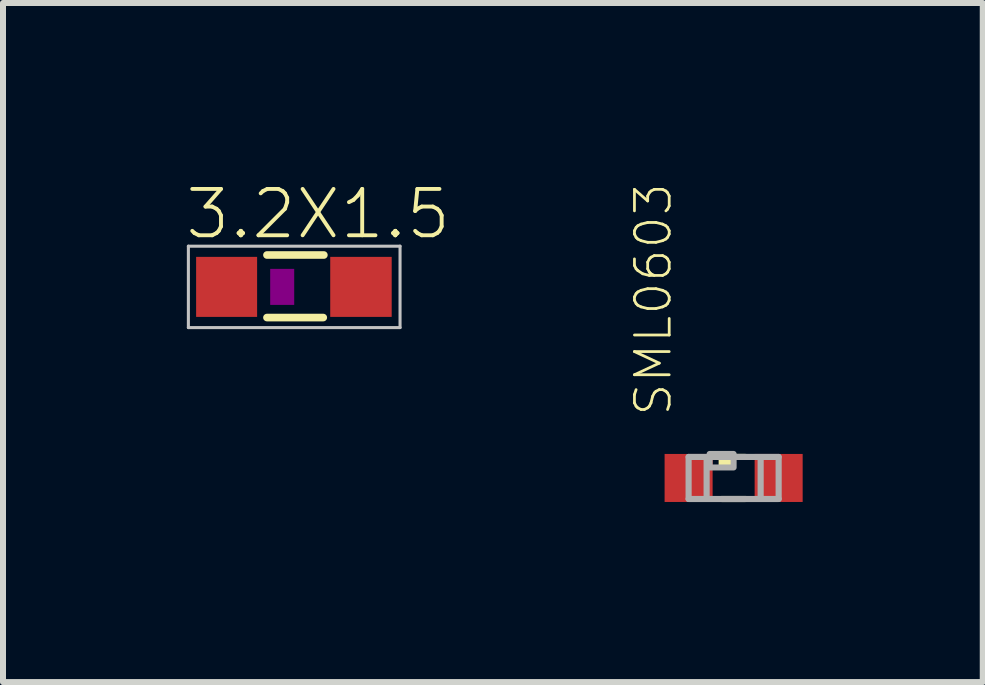
<source format=kicad_pcb>
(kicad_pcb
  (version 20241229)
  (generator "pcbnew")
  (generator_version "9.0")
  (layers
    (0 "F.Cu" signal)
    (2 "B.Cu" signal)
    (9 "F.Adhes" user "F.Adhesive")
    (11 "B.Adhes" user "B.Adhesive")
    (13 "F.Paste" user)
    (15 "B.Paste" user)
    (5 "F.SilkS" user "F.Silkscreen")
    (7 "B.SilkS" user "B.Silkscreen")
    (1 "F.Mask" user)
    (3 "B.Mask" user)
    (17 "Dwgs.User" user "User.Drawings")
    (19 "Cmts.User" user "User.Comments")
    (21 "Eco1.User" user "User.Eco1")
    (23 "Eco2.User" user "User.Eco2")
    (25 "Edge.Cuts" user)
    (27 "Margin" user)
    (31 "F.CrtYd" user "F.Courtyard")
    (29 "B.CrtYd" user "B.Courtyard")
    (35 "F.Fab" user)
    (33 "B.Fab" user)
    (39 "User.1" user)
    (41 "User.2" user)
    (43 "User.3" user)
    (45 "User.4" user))
  (footprint "3.2X1.5"
    (layer "F.Cu")
    (at 1.651 1.729)
    (property "Reference" "3.2X1.5" (at -1.651 -0.762 0) (layer "F.SilkS") (effects (font (size 0.772 0.772) (thickness 0.065)) (justify left bottom)))
    (attr through_hole)
    (fp_line (start -0.254 -0.531) (end 0.694 -0.531) (stroke (width 0.127) (type solid)) (layer "F.SilkS"))
    (fp_line (start 0.684 0.511) (end -0.254 0.511) (stroke (width 0.127) (type solid)) (layer "F.SilkS"))
    (fp_poly (pts (xy -0.2 0.3) (xy 0.2 0.3) (xy 0.2 -0.3) (xy -0.2 -0.3)) (stroke (width 0) (type solid)) (fill yes) (layer "F.Adhes"))
    (fp_line (start -1.563 -0.678) (end 1.963 -0.678) (stroke (width 0.051) (type solid)) (layer "Dwgs.User"))
    (fp_line (start -1.563 0.678) (end -1.563 -0.678) (stroke (width 0.051) (type solid)) (layer "Dwgs.User"))
    (fp_line (start 1.963 -0.678) (end 1.963 0.678) (stroke (width 0.051) (type solid)) (layer "Dwgs.User"))
    (fp_line (start 1.963 0.678) (end -1.563 0.678) (stroke (width 0.051) (type solid)) (layer "Dwgs.User"))
    (pad "1" smd rect (at -0.926 0) (size 1.016 1) (layers "F.Cu" "F.Mask" "F.Paste"))
    (pad "2" smd rect (at 1.312 0) (size 1.024 1) (layers "F.Cu" "F.Mask" "F.Paste")))
  (footprint "SML0603"
    (layer "F.Cu")
    (at 9.171 4.912)
    (property "Reference" "SML0603" (at -1 -1 90) (layer "F.SilkS") (effects (font (size 0.579 0.579) (thickness 0.046)) (justify left bottom)))
    (attr through_hole)
    (fp_line (start -0.2 -0.35) (end 0.2 -0.35) (stroke (width 0.102) (type solid)) (layer "F.SilkS"))
    (fp_line (start -0.2 0.35) (end 0.2 0.35) (stroke (width 0.102) (type solid)) (layer "F.SilkS"))
    (fp_poly (pts (xy -0.25 -0.175) (xy 0 -0.175) (xy 0 -0.4) (xy -0.25 -0.4)) (stroke (width 0) (type solid)) (fill yes) (layer "F.SilkS"))
    (fp_line (start -0.75 -0.35) (end 0.75 -0.35) (stroke (width 0.102) (type solid)) (layer "F.Fab"))
    (fp_line (start -0.75 0.35) (end -0.75 -0.35) (stroke (width 0.102) (type solid)) (layer "F.Fab"))
    (fp_line (start -0.45 -0.3) (end -0.45 0.3) (stroke (width 0.102) (type solid)) (layer "F.Fab"))
    (fp_line (start 0.45 -0.3) (end 0.45 0.3) (stroke (width 0.102) (type solid)) (layer "F.Fab"))
    (fp_line (start 0.75 -0.35) (end 0.75 0.35) (stroke (width 0.102) (type solid)) (layer "F.Fab"))
    (fp_line (start 0.75 0.35) (end -0.75 0.35) (stroke (width 0.102) (type solid)) (layer "F.Fab"))
    (fp_poly (pts (xy -0.4 -0.175) (xy 0 -0.175) (xy 0 -0.4) (xy -0.4 -0.4)) (stroke (width 0.1) (type solid)) (fill no) (layer "F.Fab"))
    (pad "A" smd rect (at 0.75 0) (size 0.8 0.8) (layers "F.Cu" "F.Mask" "F.Paste"))
    (pad "C" smd rect (at -0.75 0) (size 0.8 0.8) (layers "F.Cu" "F.Mask" "F.Paste")))
  (gr_rect
    (start -3 -3)
    (end 13.321 8.312)
    (stroke (width 0.1) (type default))
    (fill no)
    (layer "Edge.Cuts")))
</source>
